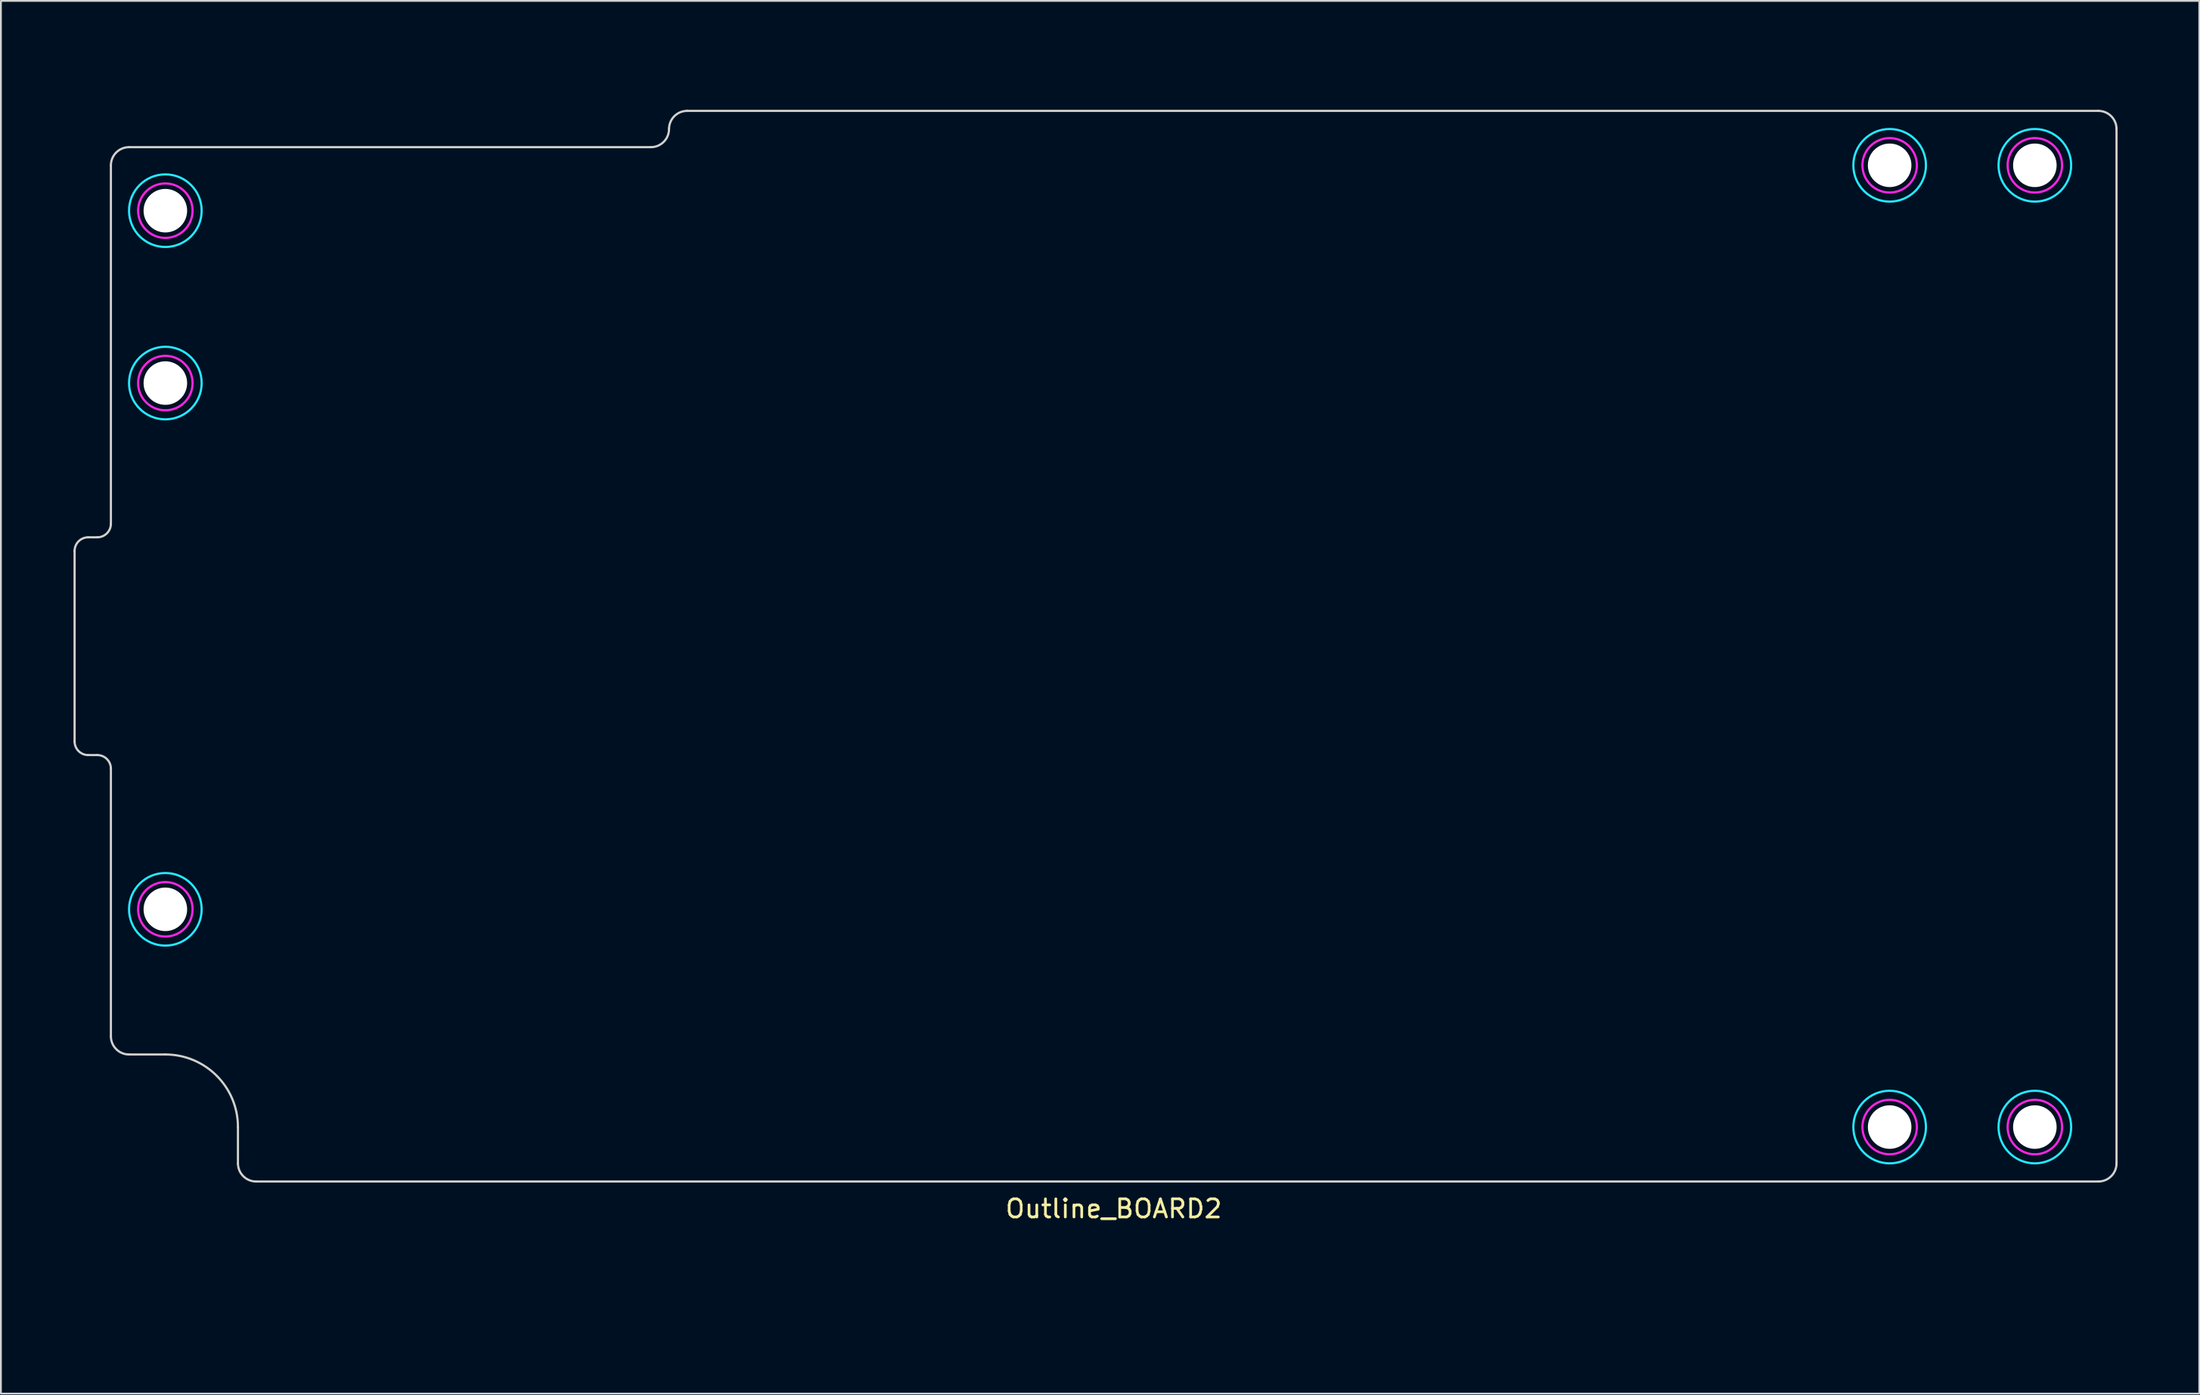
<source format=kicad_pcb>
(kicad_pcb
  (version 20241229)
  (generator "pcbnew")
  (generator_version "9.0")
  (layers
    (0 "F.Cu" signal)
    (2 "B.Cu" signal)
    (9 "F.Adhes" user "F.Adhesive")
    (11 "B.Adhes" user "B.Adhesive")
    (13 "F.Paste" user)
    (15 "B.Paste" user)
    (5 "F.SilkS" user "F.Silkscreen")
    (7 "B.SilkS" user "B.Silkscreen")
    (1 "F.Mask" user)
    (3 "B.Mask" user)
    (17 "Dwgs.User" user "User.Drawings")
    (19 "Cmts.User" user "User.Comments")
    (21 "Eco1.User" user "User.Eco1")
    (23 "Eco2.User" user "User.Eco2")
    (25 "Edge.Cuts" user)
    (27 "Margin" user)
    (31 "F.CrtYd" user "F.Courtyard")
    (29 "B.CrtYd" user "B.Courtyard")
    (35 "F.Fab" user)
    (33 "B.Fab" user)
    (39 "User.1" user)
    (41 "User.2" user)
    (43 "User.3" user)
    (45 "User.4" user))
  (footprint "Outline_BOARD2"
    (layer "F.Cu")
    (at 58.31 32.56)
    (property "Reference" "Outline_BOARD2" (at 0 31 0) (unlocked yes) (layer "F.SilkS") (effects (font (size 1 1) (thickness 0.15))))
    (attr board_only exclude_from_bom)
    (fp_line (start -57.25 -5.25) (end -57.25 5.25) (stroke (width 0.12) (type default)) (layer "Edge.Cuts"))
    (fp_line (start -56.5 -6) (end -56 -6) (stroke (width 0.12) (type default)) (layer "Edge.Cuts"))
    (fp_line (start -56.5 6) (end -56 6) (stroke (width 0.12) (type default)) (layer "Edge.Cuts"))
    (fp_line (start -55.25 -26.5) (end -55.25 -6.75) (stroke (width 0.12) (type default)) (layer "Edge.Cuts"))
    (fp_line (start -55.25 6.75) (end -55.25 21.5) (stroke (width 0.12) (type default)) (layer "Edge.Cuts"))
    (fp_line (start -54.25 22.5) (end -52.25 22.5) (stroke (width 0.12) (type default)) (layer "Edge.Cuts"))
    (fp_line (start -48.25 26.5) (end -48.25 28.5) (stroke (width 0.12) (type default)) (layer "Edge.Cuts"))
    (fp_line (start -47.25 29.5) (end 54.25 29.5) (stroke (width 0.12) (type default)) (layer "Edge.Cuts"))
    (fp_line (start -25.5 -27.5) (end -54.25 -27.5) (stroke (width 0.12) (type default)) (layer "Edge.Cuts"))
    (fp_line (start -23.5 -29.5) (end 54.25 -29.5) (stroke (width 0.12) (type default)) (layer "Edge.Cuts"))
    (fp_line (start 55.25 -28.5) (end 55.25 28.5) (stroke (width 0.12) (type default)) (layer "Edge.Cuts"))
    (fp_arc (start -57.25 -5.25) (mid -57.03033 -5.78033) (end -56.5 -6) (stroke (width 0.12) (type default)) (layer "Edge.Cuts"))
    (fp_arc (start -56.5 6) (mid -57.03033 5.78033) (end -57.25 5.25) (stroke (width 0.12) (type default)) (layer "Edge.Cuts"))
    (fp_arc (start -56 6) (mid -55.46967 6.21967) (end -55.25 6.75) (stroke (width 0.12) (type default)) (layer "Edge.Cuts"))
    (fp_arc (start -55.25 -26.5) (mid -54.957107 -27.207107) (end -54.25 -27.5) (stroke (width 0.12) (type default)) (layer "Edge.Cuts"))
    (fp_arc (start -55.25 -6.75) (mid -55.46967 -6.21967) (end -56 -6) (stroke (width 0.12) (type default)) (layer "Edge.Cuts"))
    (fp_arc (start -54.25 22.5) (mid -54.957107 22.207107) (end -55.25 21.5) (stroke (width 0.12) (type default)) (layer "Edge.Cuts"))
    (fp_arc (start -52.25 22.5) (mid -49.421573 23.671573) (end -48.25 26.5) (stroke (width 0.12) (type default)) (layer "Edge.Cuts"))
    (fp_arc (start -47.25 29.5) (mid -47.957107 29.207107) (end -48.25 28.5) (stroke (width 0.12) (type default)) (layer "Edge.Cuts"))
    (fp_arc (start -24.5 -28.5) (mid -24.792893 -27.792893) (end -25.5 -27.5) (stroke (width 0.12) (type default)) (layer "Edge.Cuts"))
    (fp_arc (start -24.5 -28.5) (mid -24.207107 -29.207107) (end -23.5 -29.5) (stroke (width 0.12) (type default)) (layer "Edge.Cuts"))
    (fp_arc (start 54.25 -29.5) (mid 54.957107 -29.207107) (end 55.25 -28.5) (stroke (width 0.12) (type default)) (layer "Edge.Cuts"))
    (fp_arc (start 55.25 28.5) (mid 54.957107 29.207107) (end 54.25 29.5) (stroke (width 0.12) (type default)) (layer "Edge.Cuts"))
    (fp_line (start -56.95 -5.25) (end -56.95 5.25) (stroke (width 0.12) (type default)) (layer "Margin"))
    (fp_line (start -56.5 -5.7) (end -56 -5.7) (stroke (width 0.12) (type default)) (layer "Margin"))
    (fp_line (start -56.5 5.7) (end -56 5.7) (stroke (width 0.12) (type default)) (layer "Margin"))
    (fp_line (start -54.95 -26.5) (end -54.95 -6.75) (stroke (width 0.12) (type default)) (layer "Margin"))
    (fp_line (start -54.95 6.75) (end -54.95 21.5) (stroke (width 0.12) (type default)) (layer "Margin"))
    (fp_line (start -54.25 22.2) (end -52.25 22.2) (stroke (width 0.12) (type default)) (layer "Margin"))
    (fp_line (start -47.95 26.5) (end -47.95 28.5) (stroke (width 0.12) (type default)) (layer "Margin"))
    (fp_line (start -47.25 29.2) (end 54.25 29.2) (stroke (width 0.12) (type default)) (layer "Margin"))
    (fp_line (start -25.5 -27.2) (end -54.25 -27.2) (stroke (width 0.12) (type default)) (layer "Margin"))
    (fp_line (start -23.5 -29.2) (end 54.25 -29.2) (stroke (width 0.12) (type default)) (layer "Margin"))
    (fp_line (start 54.95 -28.5) (end 54.95 28.5) (stroke (width 0.12) (type default)) (layer "Margin"))
    (fp_arc (start -56.95 -5.25) (mid -56.818198 -5.568198) (end -56.5 -5.7) (stroke (width 0.12) (type default)) (layer "Margin"))
    (fp_arc (start -56.5 5.7) (mid -56.818198 5.568198) (end -56.95 5.25) (stroke (width 0.12) (type default)) (layer "Margin"))
    (fp_arc (start -56 5.7) (mid -55.257538 6.007538) (end -54.95 6.75) (stroke (width 0.12) (type default)) (layer "Margin"))
    (fp_arc (start -54.95 -26.5) (mid -54.744975 -26.994975) (end -54.25 -27.2) (stroke (width 0.12) (type default)) (layer "Margin"))
    (fp_arc (start -54.95 -6.75) (mid -55.257538 -6.007538) (end -56 -5.7) (stroke (width 0.12) (type default)) (layer "Margin"))
    (fp_arc (start -54.25 22.2) (mid -54.744975 21.994975) (end -54.95 21.5) (stroke (width 0.12) (type default)) (layer "Margin"))
    (fp_arc (start -52.25 22.2) (mid -49.209441 23.459441) (end -47.95 26.5) (stroke (width 0.12) (type default)) (layer "Margin"))
    (fp_arc (start -47.25 29.2) (mid -47.744975 28.994975) (end -47.95 28.5) (stroke (width 0.12) (type default)) (layer "Margin"))
    (fp_arc (start -24.2 -28.5) (mid -24.580761 -27.580761) (end -25.5 -27.2) (stroke (width 0.12) (type default)) (layer "Margin"))
    (fp_arc (start -24.2 -28.5) (mid -23.994975 -28.994975) (end -23.5 -29.2) (stroke (width 0.12) (type default)) (layer "Margin"))
    (fp_arc (start 54.25 -29.2) (mid 54.744975 -28.994975) (end 54.95 -28.5) (stroke (width 0.12) (type default)) (layer "Margin"))
    (fp_arc (start 54.95 28.5) (mid 54.744975 28.994975) (end 54.25 29.2) (stroke (width 0.12) (type default)) (layer "Margin"))
    (fp_circle (center -52.25 -24) (end -50.25 -24) (stroke (width 0.12) (type default)) (fill no) (layer "B.CrtYd"))
    (fp_circle (center -52.25 -14.5) (end -50.25 -14.5) (stroke (width 0.12) (type default)) (fill no) (layer "B.CrtYd"))
    (fp_circle (center -52.25 14.5) (end -50.25 14.5) (stroke (width 0.12) (type default)) (fill no) (layer "B.CrtYd"))
    (fp_circle (center 42.75 -26.5) (end 44.75 -26.5) (stroke (width 0.12) (type default)) (fill no) (layer "B.CrtYd"))
    (fp_circle (center 42.75 26.5) (end 44.75 26.5) (stroke (width 0.12) (type default)) (fill no) (layer "B.CrtYd"))
    (fp_circle (center 50.75 -26.5) (end 52.75 -26.5) (stroke (width 0.12) (type default)) (fill no) (layer "B.CrtYd"))
    (fp_circle (center 50.75 26.5) (end 52.75 26.5) (stroke (width 0.12) (type default)) (fill no) (layer "B.CrtYd"))
    (fp_circle (center -52.25 -24) (end -50.75 -24) (stroke (width 0.12) (type default)) (fill no) (layer "F.CrtYd"))
    (fp_circle (center -52.25 -14.5) (end -50.75 -14.5) (stroke (width 0.12) (type default)) (fill no) (layer "F.CrtYd"))
    (fp_circle (center -52.25 14.5) (end -50.75 14.5) (stroke (width 0.12) (type default)) (fill no) (layer "F.CrtYd"))
    (fp_circle (center 42.75 -26.5) (end 44.25 -26.5) (stroke (width 0.12) (type default)) (fill no) (layer "F.CrtYd"))
    (fp_circle (center 42.75 26.5) (end 44.25 26.5) (stroke (width 0.12) (type default)) (fill no) (layer "F.CrtYd"))
    (fp_circle (center 50.75 -26.5) (end 52.25 -26.5) (stroke (width 0.12) (type default)) (fill no) (layer "F.CrtYd"))
    (fp_circle (center 50.75 26.5) (end 52.25 26.5) (stroke (width 0.12) (type default)) (fill no) (layer "F.CrtYd"))
    (fp_line (start -58.25 0) (end 56.75 0) (stroke (width 0.12) (type dash)) (layer "User.1"))
    (fp_line (start 0 -32.5) (end 0 32.5) (stroke (width 0.12) (type dash)) (layer "User.1"))
    (fp_rect (start -58.25 -32.5) (end 56.75 32.5) (stroke (width 0.12) (type dash)) (fill no) (layer "User.1"))
    (fp_line (start -57.25 -5.25) (end -57.25 5.25) (stroke (width 0.1) (type solid)) (layer "User.2"))
    (fp_line (start -56 -6) (end -56.5 -6) (stroke (width 0.1) (type solid)) (layer "User.2"))
    (fp_line (start -56 6) (end -56.5 6) (stroke (width 0.1) (type solid)) (layer "User.2"))
    (fp_line (start -55.75 -4.62) (end -56.55 -4.62) (stroke (width 0.1) (type solid)) (layer "User.2"))
    (fp_line (start -55.75 -4.02) (end -56.55 -4.02) (stroke (width 0.1) (type solid)) (layer "User.2"))
    (fp_line (start -55.75 4.02) (end -56.55 4.02) (stroke (width 0.1) (type solid)) (layer "User.2"))
    (fp_line (start -55.75 4.62) (end -56.55 4.62) (stroke (width 0.1) (type solid)) (layer "User.2"))
    (fp_line (start -55.25 -26.5) (end -55.25 -6.75) (stroke (width 0.1) (type solid)) (layer "User.2"))
    (fp_line (start -55.25 6.75) (end -55.25 21.5) (stroke (width 0.1) (type solid)) (layer "User.2"))
    (fp_line (start -54.25 -27.5) (end -25.55 -27.5) (stroke (width 0.1) (type solid)) (layer "User.2"))
    (fp_line (start -54.25 22.5) (end -52.25 22.5) (stroke (width 0.1) (type solid)) (layer "User.2"))
    (fp_line (start -51.45 -4.62) (end -52.55 -4.62) (stroke (width 0.1) (type solid)) (layer "User.2"))
    (fp_line (start -51.45 -4.02) (end -52.55 -4.02) (stroke (width 0.1) (type solid)) (layer "User.2"))
    (fp_line (start -51.45 4.02) (end -52.55 4.02) (stroke (width 0.1) (type solid)) (layer "User.2"))
    (fp_line (start -51.45 4.62) (end -52.55 4.62) (stroke (width 0.1) (type solid)) (layer "User.2"))
    (fp_line (start -48.25 26.5) (end -48.25 28.5) (stroke (width 0.1) (type solid)) (layer "User.2"))
    (fp_line (start -47.25 29.5) (end 54.25 29.5) (stroke (width 0.1) (type solid)) (layer "User.2"))
    (fp_line (start -47.05 -15.05) (end -47.05 -12.95) (stroke (width 0.1) (type solid)) (layer "User.2"))
    (fp_line (start -47.05 -15.05) (end -45.25 -15.05) (stroke (width 0.1) (type solid)) (layer "User.2"))
    (fp_line (start -47.05 -12.95) (end -45.25 -12.95) (stroke (width 0.1) (type solid)) (layer "User.2"))
    (fp_line (start -45.25 -15.05) (end -45.25 -12.95) (stroke (width 0.1) (type solid)) (layer "User.2"))
    (fp_line (start -38.25 -15.05) (end -38.25 -12.95) (stroke (width 0.1) (type solid)) (layer "User.2"))
    (fp_line (start -38.25 -15.05) (end -36.45 -15.05) (stroke (width 0.1) (type solid)) (layer "User.2"))
    (fp_line (start -38.25 -12.95) (end -36.45 -12.95) (stroke (width 0.1) (type solid)) (layer "User.2"))
    (fp_line (start -36.55 20.95) (end -35.95 20.95) (stroke (width 0.1) (type solid)) (layer "User.2"))
    (fp_line (start -36.55 22.05) (end -35.95 22.05) (stroke (width 0.1) (type solid)) (layer "User.2"))
    (fp_line (start -36.55 25.95) (end -35.95 25.95) (stroke (width 0.1) (type solid)) (layer "User.2"))
    (fp_line (start -36.55 27.05) (end -35.95 27.05) (stroke (width 0.1) (type solid)) (layer "User.2"))
    (fp_line (start -36.45 -15.05) (end -36.45 -12.95) (stroke (width 0.1) (type solid)) (layer "User.2"))
    (fp_line (start -23.55 -29.5) (end 54.25 -29.5) (stroke (width 0.1) (type solid)) (layer "User.2"))
    (fp_line (start 55.25 28.5) (end 55.25 -28.5) (stroke (width 0.1) (type solid)) (layer "User.2"))
    (fp_arc (start -57.25 -5.25) (mid -57.030309 -5.780281) (end -56.5 -6) (stroke (width 0.1) (type solid)) (layer "User.2"))
    (fp_arc (start -56.55 -4.02) (mid -56.849998 -4.31995) (end -56.55 -4.62) (stroke (width 0.1) (type solid)) (layer "User.2"))
    (fp_arc (start -56.55 4.62) (mid -56.849998 4.32005) (end -56.55 4.02) (stroke (width 0.1) (type solid)) (layer "User.2"))
    (fp_arc (start -56.5 6) (mid -57.030379 5.78035) (end -57.25 5.25) (stroke (width 0.1) (type solid)) (layer "User.2"))
    (fp_arc (start -56 6) (mid -55.469683 6.219684) (end -55.25 6.75) (stroke (width 0.1) (type solid)) (layer "User.2"))
    (fp_arc (start -55.75 -4.62) (mid -55.449998 -4.31995) (end -55.75 -4.02) (stroke (width 0.1) (type solid)) (layer "User.2"))
    (fp_arc (start -55.75 4.02) (mid -55.449998 4.32005) (end -55.75 4.62) (stroke (width 0.1) (type solid)) (layer "User.2"))
    (fp_arc (start -55.25 -26.5) (mid -54.957122 -27.207122) (end -54.25 -27.5) (stroke (width 0.1) (type solid)) (layer "User.2"))
    (fp_arc (start -55.25 -6.75) (mid -55.469685 -6.219685) (end -56 -6) (stroke (width 0.1) (type solid)) (layer "User.2"))
    (fp_arc (start -54.25 22.5) (mid -54.95712 22.207121) (end -55.25 21.5) (stroke (width 0.1) (type solid)) (layer "User.2"))
    (fp_arc (start -52.55 -4.02) (mid -52.849998 -4.31995) (end -52.55 -4.62) (stroke (width 0.1) (type solid)) (layer "User.2"))
    (fp_arc (start -52.55 4.62) (mid -52.849998 4.32005) (end -52.55 4.02) (stroke (width 0.1) (type solid)) (layer "User.2"))
    (fp_arc (start -52.25 22.5) (mid -49.421586 23.671587) (end -48.25 26.5) (stroke (width 0.1) (type solid)) (layer "User.2"))
    (fp_arc (start -51.45 -4.62) (mid -51.149998 -4.31995) (end -51.45 -4.02) (stroke (width 0.1) (type solid)) (layer "User.2"))
    (fp_arc (start -51.45 4.02) (mid -51.149998 4.32005) (end -51.45 4.62) (stroke (width 0.1) (type solid)) (layer "User.2"))
    (fp_arc (start -47.25 29.5) (mid -47.95712 29.207121) (end -48.25 28.5) (stroke (width 0.1) (type solid)) (layer "User.2"))
    (fp_arc (start -36.55 22.05) (mid -37.099998 21.50005) (end -36.55 20.95) (stroke (width 0.1) (type solid)) (layer "User.2"))
    (fp_arc (start -36.55 27.05) (mid -37.099998 26.50005) (end -36.55 25.95) (stroke (width 0.1) (type solid)) (layer "User.2"))
    (fp_arc (start -35.95 20.95) (mid -35.399998 21.50005) (end -35.95 22.05) (stroke (width 0.1) (type solid)) (layer "User.2"))
    (fp_arc (start -35.95 25.95) (mid -35.399998 26.50005) (end -35.95 27.05) (stroke (width 0.1) (type solid)) (layer "User.2"))
    (fp_arc (start -24.55 -28.5) (mid -24.842873 -27.792844) (end -25.55 -27.5) (stroke (width 0.1) (type solid)) (layer "User.2"))
    (fp_arc (start -24.55 -28.5) (mid -24.257122 -29.207122) (end -23.55 -29.5) (stroke (width 0.1) (type solid)) (layer "User.2"))
    (fp_arc (start 54.25 -29.5) (mid 54.957058 -29.207087) (end 55.25 -28.5) (stroke (width 0.1) (type solid)) (layer "User.2"))
    (fp_arc (start 55.25 28.5) (mid 54.957127 29.207156) (end 54.25 29.5) (stroke (width 0.1) (type solid)) (layer "User.2"))
    (fp_circle (center -52.47 -2.89) (end -52.17 -2.89) (stroke (width 0.1) (type solid)) (fill no) (layer "User.2"))
    (fp_circle (center -52.47 2.89) (end -52.17 2.89) (stroke (width 0.1) (type solid)) (fill no) (layer "User.2"))
    (fp_circle (center -52.25 -24) (end -51.05 -24) (stroke (width 0.1) (type solid)) (fill no) (layer "User.2"))
    (fp_circle (center -52.25 -14.5) (end -51.05 -14.5) (stroke (width 0.1) (type solid)) (fill no) (layer "User.2"))
    (fp_circle (center -52.25 14.5) (end -51.05 14.5) (stroke (width 0.1) (type solid)) (fill no) (layer "User.2"))
    (fp_circle (center -48 -21.25) (end -47.5 -21.25) (stroke (width 0.1) (type solid)) (fill no) (layer "User.2"))
    (fp_circle (center -44.75 -21.25) (end -44.25 -21.25) (stroke (width 0.1) (type solid)) (fill no) (layer "User.2"))
    (fp_circle (center -44.25 -7) (end -43.75 -7) (stroke (width 0.1) (type solid)) (fill no) (layer "User.2"))
    (fp_circle (center -43.75 21.5) (end -43.25 21.5) (stroke (width 0.1) (type solid)) (fill no) (layer "User.2"))
    (fp_circle (center -43.75 26.5) (end -43.25 26.5) (stroke (width 0.1) (type solid)) (fill no) (layer "User.2"))
    (fp_circle (center -41.75 -21.25) (end -41.25 -21.25) (stroke (width 0.1) (type solid)) (fill no) (layer "User.2"))
    (fp_circle (center -41.75 -14) (end -41.623 -14) (stroke (width 0.1) (type solid)) (fill no) (layer "User.2"))
    (fp_circle (center -41.75 -7) (end -41.25 -7) (stroke (width 0.1) (type solid)) (fill no) (layer "User.2"))
    (fp_circle (center -40.75 24) (end -38.5 24) (stroke (width 0.1) (type solid)) (fill no) (layer "User.2"))
    (fp_circle (center -39.25 -7) (end -38.75 -7) (stroke (width 0.1) (type solid)) (fill no) (layer "User.2"))
    (fp_circle (center -38.75 -21.25) (end -38.25 -21.25) (stroke (width 0.1) (type solid)) (fill no) (layer "User.2"))
    (fp_circle (center -35.5 -21.25) (end -35 -21.25) (stroke (width 0.1) (type solid)) (fill no) (layer "User.2"))
    (fp_circle (center -18.75 -26) (end -18.35 -26) (stroke (width 0.1) (type solid)) (fill no) (layer "User.2"))
    (fp_circle (center -10.75 -26) (end -10.35 -26) (stroke (width 0.1) (type solid)) (fill no) (layer "User.2"))
    (fp_circle (center 42.75 -26.5) (end 43.95 -26.5) (stroke (width 0.1) (type solid)) (fill no) (layer "User.2"))
    (fp_circle (center 42.75 26.5) (end 43.95 26.5) (stroke (width 0.1) (type solid)) (fill no) (layer "User.2"))
    (fp_circle (center 46.55 -17.5) (end 47.05 -17.5) (stroke (width 0.1) (type solid)) (fill no) (layer "User.2"))
    (fp_circle (center 46.55 17.5) (end 47.05 17.5) (stroke (width 0.1) (type solid)) (fill no) (layer "User.2"))
    (fp_circle (center 50.75 -26.5) (end 51.95 -26.5) (stroke (width 0.1) (type solid)) (fill no) (layer "User.2"))
    (fp_circle (center 50.75 26.5) (end 51.95 26.5) (stroke (width 0.1) (type solid)) (fill no) (layer "User.2"))
    (fp_circle (center 53.55 -17.5) (end 54.05 -17.5) (stroke (width 0.1) (type solid)) (fill no) (layer "User.2"))
    (fp_circle (center 53.55 17.5) (end 54.05 17.5) (stroke (width 0.1) (type solid)) (fill no) (layer "User.2"))
    (fp_text user "" (at -1 36.875 0) (layer "User.2") (effects (font (size 3.5 3.15) (thickness 0.438)) (justify top)))
    (pad "" np_thru_hole circle (at -52.25 -24) (size 2.4 2.4) (drill 2.4) (layers "*.Cu" "*.Mask"))
    (pad "" np_thru_hole circle (at -52.25 -14.5) (size 2.4 2.4) (drill 2.4) (layers "*.Cu" "*.Mask"))
    (pad "" np_thru_hole circle (at -52.25 14.5) (size 2.4 2.4) (drill 2.4) (layers "*.Cu" "*.Mask"))
    (pad "" np_thru_hole circle (at 42.75 -26.5) (size 2.4 2.4) (drill 2.4) (layers "*.Cu" "*.Mask"))
    (pad "" np_thru_hole circle (at 42.75 26.5) (size 2.4 2.4) (drill 2.4) (layers "*.Cu" "*.Mask"))
    (pad "" np_thru_hole circle (at 50.75 -26.5) (size 2.4 2.4) (drill 2.4) (layers "*.Cu" "*.Mask"))
    (pad "" np_thru_hole circle (at 50.75 26.5) (size 2.4 2.4) (drill 2.4) (layers "*.Cu" "*.Mask")))
  (gr_rect
    (start -3 -3)
    (end 118.12 73.748)
    (stroke (width 0.1) (type default))
    (fill no)
    (layer "Edge.Cuts")))
</source>
